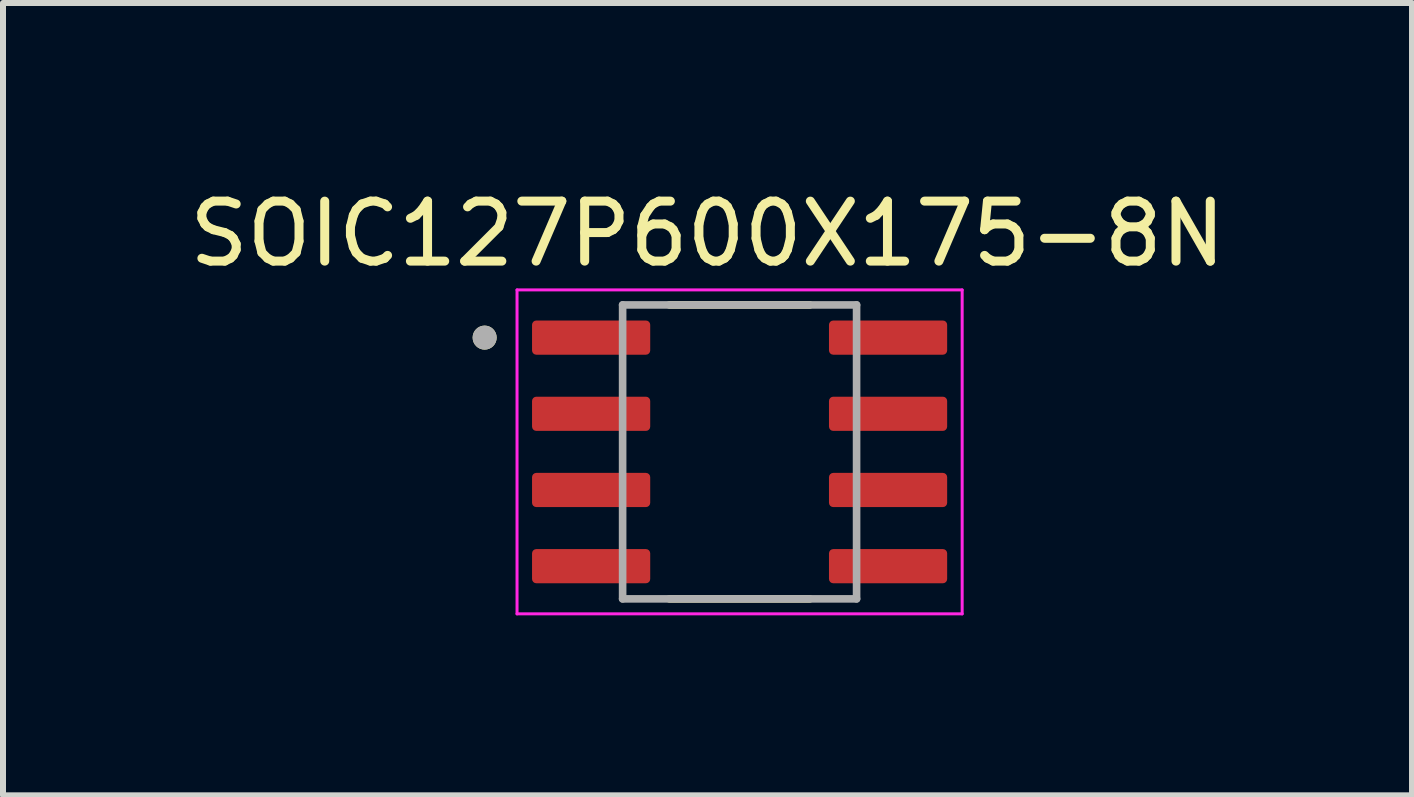
<source format=kicad_pcb>
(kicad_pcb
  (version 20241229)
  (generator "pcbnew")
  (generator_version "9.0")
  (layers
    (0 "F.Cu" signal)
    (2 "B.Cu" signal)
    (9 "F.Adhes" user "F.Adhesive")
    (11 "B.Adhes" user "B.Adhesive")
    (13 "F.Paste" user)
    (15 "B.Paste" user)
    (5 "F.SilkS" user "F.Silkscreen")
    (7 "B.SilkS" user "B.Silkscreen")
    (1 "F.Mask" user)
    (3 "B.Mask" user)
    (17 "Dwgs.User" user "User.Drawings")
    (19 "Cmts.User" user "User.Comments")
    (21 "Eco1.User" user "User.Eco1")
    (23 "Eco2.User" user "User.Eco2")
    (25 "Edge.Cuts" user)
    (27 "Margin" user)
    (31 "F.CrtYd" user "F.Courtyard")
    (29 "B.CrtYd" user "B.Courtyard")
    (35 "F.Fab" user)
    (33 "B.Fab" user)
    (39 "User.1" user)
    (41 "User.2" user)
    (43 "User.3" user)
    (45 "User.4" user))
  (footprint "SOIC127P600X175-8N"
    (layer "F.Cu")
    (at 9.279 4.483)
    (property "Reference" "SOIC127P600X175-8N" (at -0.535 -3.635 0) (layer "F.SilkS") (effects (font (size 1 1) (thickness 0.15))))
    (attr smd)
    (fp_line (start -1.17 -2.45) (end 1.17 -2.45) (stroke (width 0.127) (type solid)) (layer "F.SilkS"))
    (fp_line (start -1.17 2.45) (end 1.17 2.45) (stroke (width 0.127) (type solid)) (layer "F.SilkS"))
    (fp_circle (center -4.25 -1.905) (end -4.15 -1.905) (stroke (width 0.2) (type solid)) (fill no) (layer "F.SilkS"))
    (fp_line (start -3.71 -2.7) (end -3.71 2.7) (stroke (width 0.05) (type solid)) (layer "F.CrtYd"))
    (fp_line (start -3.71 2.7) (end 3.71 2.7) (stroke (width 0.05) (type solid)) (layer "F.CrtYd"))
    (fp_line (start 3.71 -2.7) (end -3.71 -2.7) (stroke (width 0.05) (type solid)) (layer "F.CrtYd"))
    (fp_line (start 3.71 2.7) (end 3.71 -2.7) (stroke (width 0.05) (type solid)) (layer "F.CrtYd"))
    (fp_line (start -1.95 -2.45) (end 1.95 -2.45) (stroke (width 0.127) (type solid)) (layer "F.Fab"))
    (fp_line (start -1.95 2.45) (end -1.95 -2.45) (stroke (width 0.127) (type solid)) (layer "F.Fab"))
    (fp_line (start 1.95 -2.45) (end 1.95 2.45) (stroke (width 0.127) (type solid)) (layer "F.Fab"))
    (fp_line (start 1.95 2.45) (end -1.95 2.45) (stroke (width 0.127) (type solid)) (layer "F.Fab"))
    (fp_circle (center -4.25 -1.905) (end -4.15 -1.905) (stroke (width 0.2) (type solid)) (fill no) (layer "F.Fab"))
    (pad "1" smd roundrect (at -2.475 -1.905) (size 1.97 0.57) (layers "F.Cu" "F.Mask" "F.Paste") (roundrect_rratio 0.125))
    (pad "2" smd roundrect (at -2.475 -0.635) (size 1.97 0.57) (layers "F.Cu" "F.Mask" "F.Paste") (roundrect_rratio 0.125))
    (pad "3" smd roundrect (at -2.475 0.635) (size 1.97 0.57) (layers "F.Cu" "F.Mask" "F.Paste") (roundrect_rratio 0.125))
    (pad "4" smd roundrect (at -2.475 1.905) (size 1.97 0.57) (layers "F.Cu" "F.Mask" "F.Paste") (roundrect_rratio 0.125))
    (pad "5" smd roundrect (at 2.475 1.905) (size 1.97 0.57) (layers "F.Cu" "F.Mask" "F.Paste") (roundrect_rratio 0.125))
    (pad "6" smd roundrect (at 2.475 0.635) (size 1.97 0.57) (layers "F.Cu" "F.Mask" "F.Paste") (roundrect_rratio 0.125))
    (pad "7" smd roundrect (at 2.475 -0.635) (size 1.97 0.57) (layers "F.Cu" "F.Mask" "F.Paste") (roundrect_rratio 0.125))
    (pad "8" smd roundrect (at 2.475 -1.905) (size 1.97 0.57) (layers "F.Cu" "F.Mask" "F.Paste") (roundrect_rratio 0.125)))
  (gr_rect
    (start -3 -3)
    (end 20.488 10.208)
    (stroke (width 0.1) (type default))
    (fill no)
    (layer "Edge.Cuts")))
</source>
